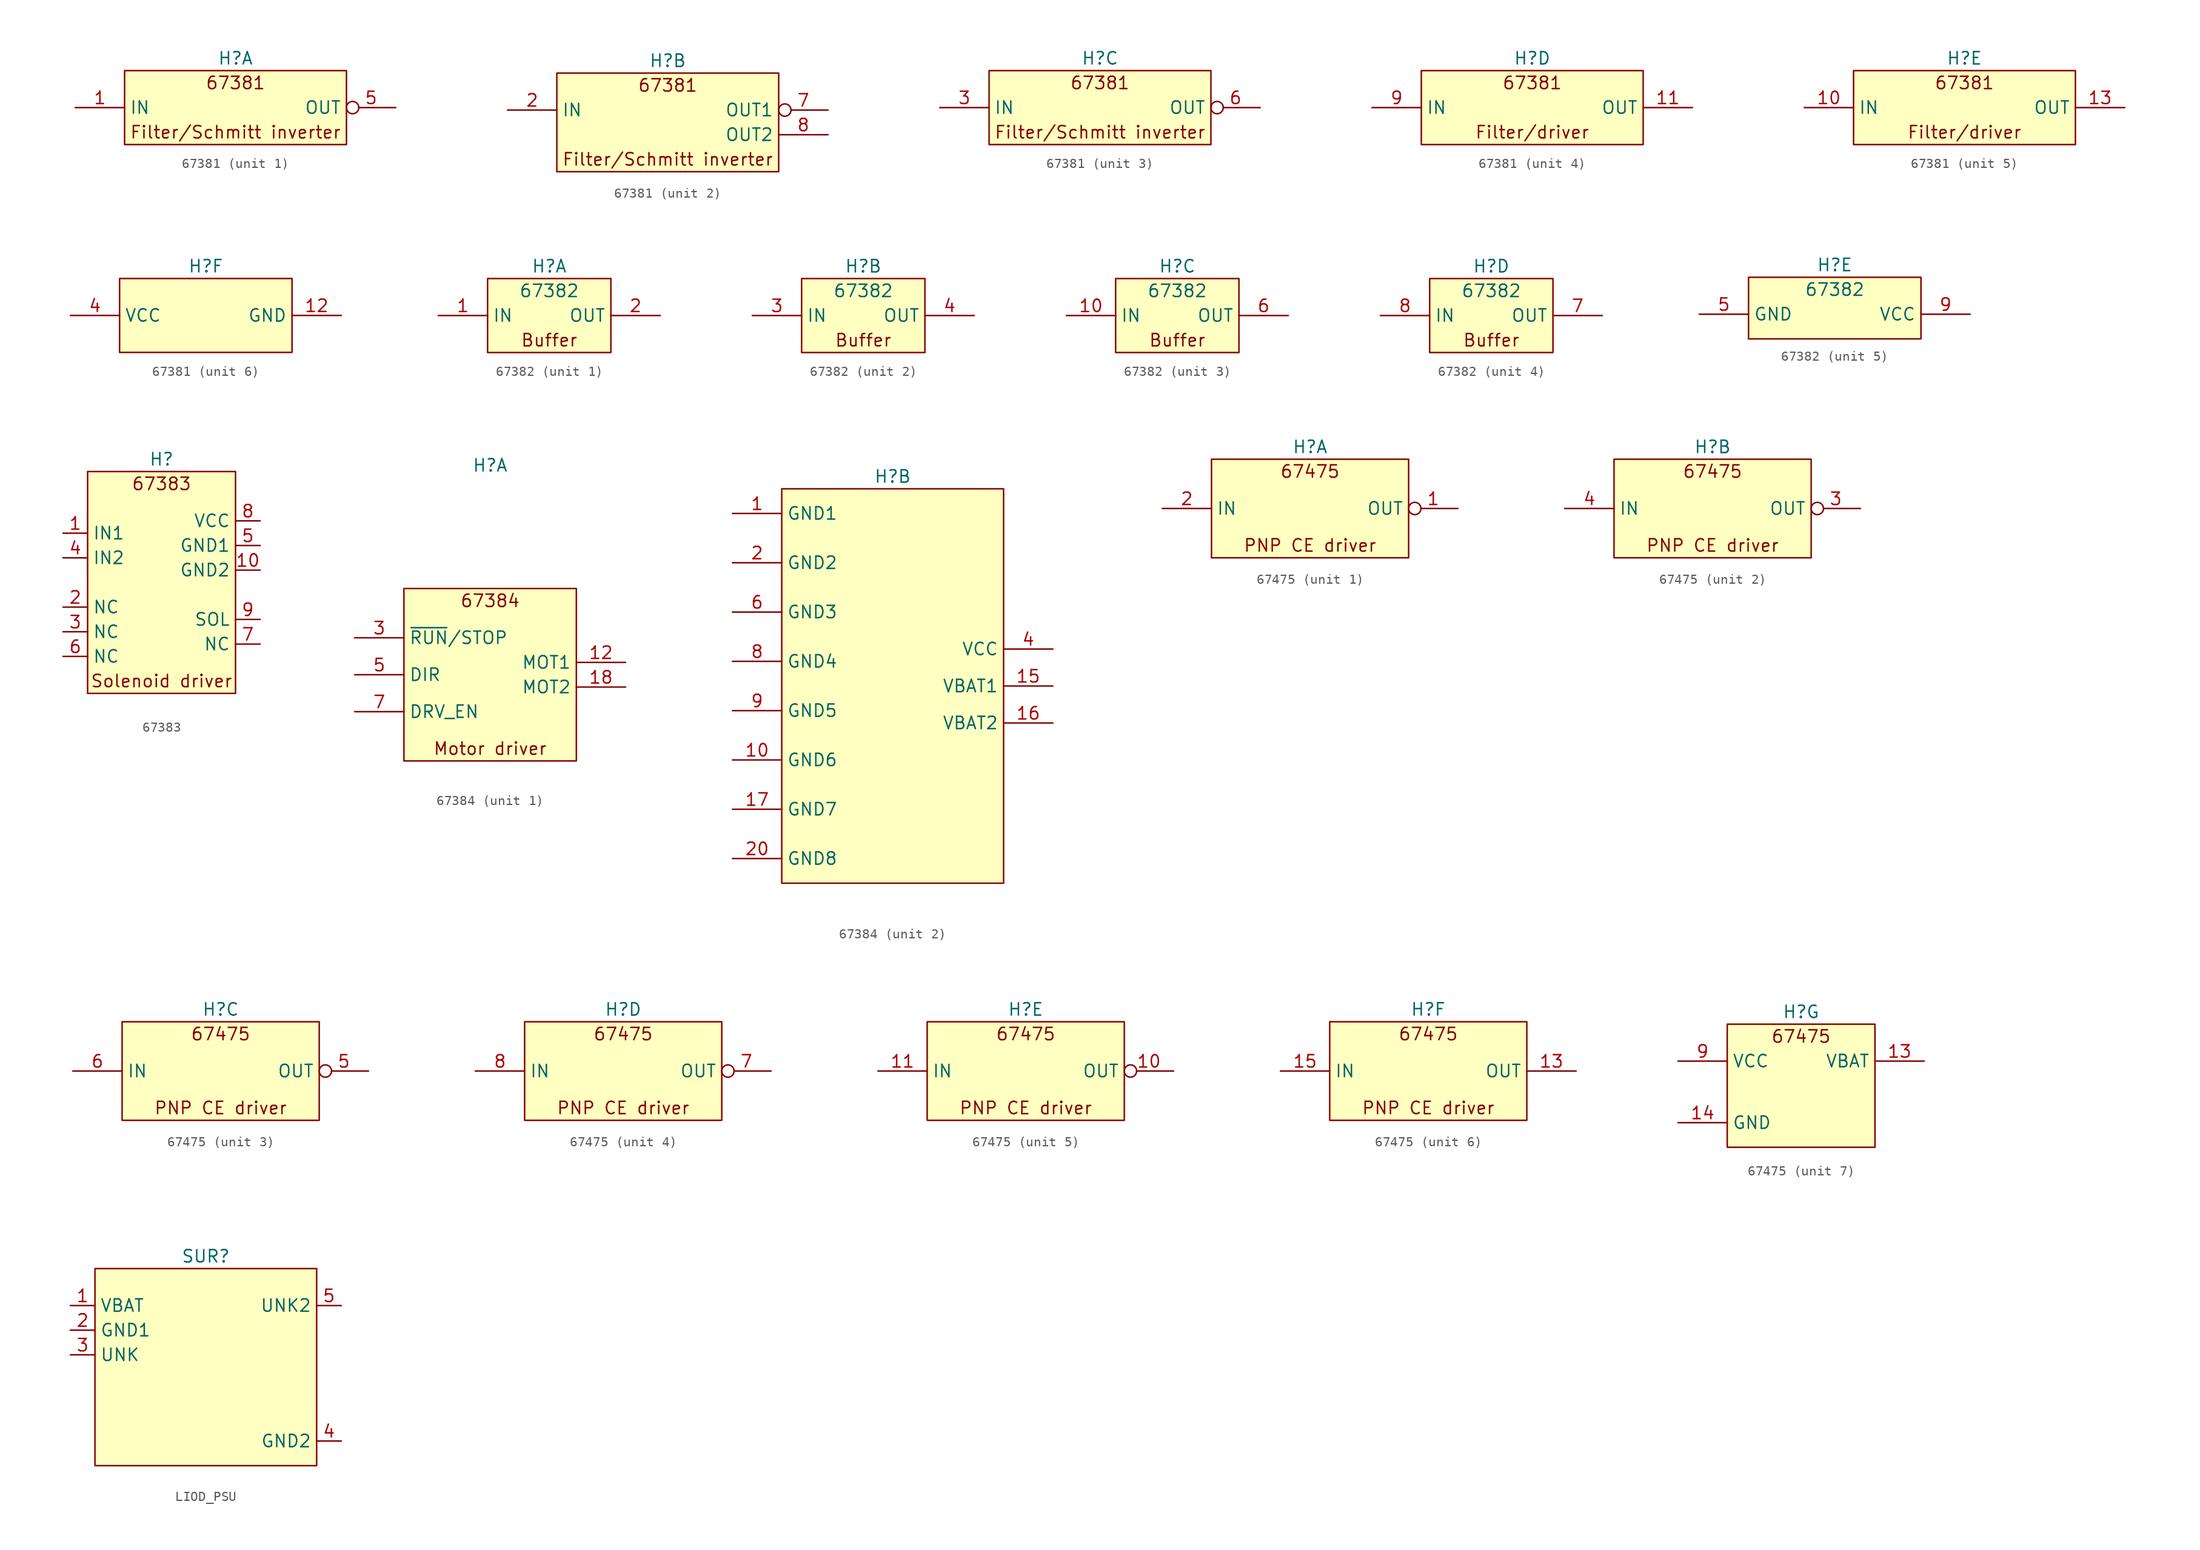
<source format=kicad_sym>
(kicad_symbol_lib
  (version 20220914)
  (generator kicad_symbol_editor)
  (symbol "67381"
    (property "Reference" "H"
      (at 0 5.08 0)
      (effects (font (size 1.27 1.27))))
    (property "Value" ""
      (at 0 0 0)
      (effects (font (size 1.27 1.27))))
    (property "ki_locked" ""
      (at 0 0 0)
      (effects (font (size 1.27 1.27))))
    (symbol "67381_1_1"
      (rectangle (start -11.43 3.81) (end 11.43 -3.81) (stroke (width 0) (type default)) (fill (type background)))
      (text "67381" (at 0 2.54 0) (effects (font (size 1.27 1.27))))
      (text "Filter/Schmitt inverter" (at 0 -2.54 0) (effects (font (size 1.27 1.27))))
      (pin input line (at -16.51 0 0) (length 5.08) (name "IN" (effects (font (size 1.27 1.27)))) (number "1" (effects (font (size 1.27 1.27)))))
      (pin output inverted (at 16.51 0 180) (length 5.08) (name "OUT" (effects (font (size 1.27 1.27)))) (number "5" (effects (font (size 1.27 1.27))))))
    (symbol "67381_2_1"
      (rectangle (start -11.43 3.81) (end 11.43 -6.35) (stroke (width 0) (type default)) (fill (type background)))
      (text "67381" (at 0 2.54 0) (effects (font (size 1.27 1.27))))
      (text "Filter/Schmitt inverter" (at 0 -5.08 0) (effects (font (size 1.27 1.27))))
      (pin input line (at -16.51 0 0) (length 5.08) (name "IN" (effects (font (size 1.27 1.27)))) (number "2" (effects (font (size 1.27 1.27)))))
      (pin output inverted (at 16.51 0 180) (length 5.08) (name "OUT1" (effects (font (size 1.27 1.27)))) (number "7" (effects (font (size 1.27 1.27)))))
      (pin output line (at 16.51 -2.54 180) (length 5.08) (name "OUT2" (effects (font (size 1.27 1.27)))) (number "8" (effects (font (size 1.27 1.27))))))
    (symbol "67381_3_1"
      (rectangle (start -11.43 3.81) (end 11.43 -3.81) (stroke (width 0) (type default)) (fill (type background)))
      (text "67381" (at 0 2.54 0) (effects (font (size 1.27 1.27))))
      (text "Filter/Schmitt inverter" (at 0 -2.54 0) (effects (font (size 1.27 1.27))))
      (pin input line (at -16.51 0 0) (length 5.08) (name "IN" (effects (font (size 1.27 1.27)))) (number "3" (effects (font (size 1.27 1.27)))))
      (pin output inverted (at 16.51 0 180) (length 5.08) (name "OUT" (effects (font (size 1.27 1.27)))) (number "6" (effects (font (size 1.27 1.27))))))
    (symbol "67381_4_1"
      (rectangle (start -11.43 3.81) (end 11.43 -3.81) (stroke (width 0) (type default)) (fill (type background)))
      (text "67381" (at 0 2.54 0) (effects (font (size 1.27 1.27))))
      (text "Filter/driver" (at 0 -2.54 0) (effects (font (size 1.27 1.27))))
      (pin open_collector line (at 16.51 0 180) (length 5.08) (name "OUT" (effects (font (size 1.27 1.27)))) (number "11" (effects (font (size 1.27 1.27)))))
      (pin input line (at -16.51 0 0) (length 5.08) (name "IN" (effects (font (size 1.27 1.27)))) (number "9" (effects (font (size 1.27 1.27))))))
    (symbol "67381_5_1"
      (rectangle (start -11.43 3.81) (end 11.43 -3.81) (stroke (width 0) (type default)) (fill (type background)))
      (text "67381" (at 0 2.54 0) (effects (font (size 1.27 1.27))))
      (text "Filter/driver" (at 0 -2.54 0) (effects (font (size 1.27 1.27))))
      (pin input line (at -16.51 0 0) (length 5.08) (name "IN" (effects (font (size 1.27 1.27)))) (number "10" (effects (font (size 1.27 1.27)))))
      (pin open_collector line (at 16.51 0 180) (length 5.08) (name "OUT" (effects (font (size 1.27 1.27)))) (number "13" (effects (font (size 1.27 1.27))))))
    (symbol "67381_6_1"
      (rectangle (start -8.89 3.81) (end 8.89 -3.81) (stroke (width 0) (type default)) (fill (type background)))
      (pin power_in line (at 13.97 0 180) (length 5.08) (name "GND" (effects (font (size 1.27 1.27)))) (number "12" (effects (font (size 1.27 1.27)))))
      (pin power_in line (at -13.97 0 0) (length 5.08) (name "VCC" (effects (font (size 1.27 1.27)))) (number "4" (effects (font (size 1.27 1.27)))))))
  (symbol "67382"
    (property "Reference" "H"
      (at 0 5.08 0)
      (effects (font (size 1.27 1.27))))
    (property "Value" "67382"
      (at 0 2.54 0)
      (effects (font (size 1.27 1.27))))
    (property "ki_locked" ""
      (at 0 0 0)
      (effects (font (size 1.27 1.27))))
    (symbol "67382_1_1"
      (rectangle (start -6.35 3.81) (end 6.35 -3.81) (stroke (width 0) (type default)) (fill (type background)))
      (text "Buffer" (at 0 -2.54 0) (effects (font (size 1.27 1.27))))
      (pin input line (at -11.43 0 0) (length 5.08) (name "IN" (effects (font (size 1.27 1.27)))) (number "1" (effects (font (size 1.27 1.27)))))
      (pin output line (at 11.43 0 180) (length 5.08) (name "OUT" (effects (font (size 1.27 1.27)))) (number "2" (effects (font (size 1.27 1.27))))))
    (symbol "67382_2_1"
      (rectangle (start -6.35 3.81) (end 6.35 -3.81) (stroke (width 0) (type default)) (fill (type background)))
      (text "Buffer" (at 0 -2.54 0) (effects (font (size 1.27 1.27))))
      (pin input line (at -11.43 0 0) (length 5.08) (name "IN" (effects (font (size 1.27 1.27)))) (number "3" (effects (font (size 1.27 1.27)))))
      (pin output line (at 11.43 0 180) (length 5.08) (name "OUT" (effects (font (size 1.27 1.27)))) (number "4" (effects (font (size 1.27 1.27))))))
    (symbol "67382_3_1"
      (rectangle (start -6.35 3.81) (end 6.35 -3.81) (stroke (width 0) (type default)) (fill (type background)))
      (text "Buffer" (at 0 -2.54 0) (effects (font (size 1.27 1.27))))
      (pin input line (at -11.43 0 0) (length 5.08) (name "IN" (effects (font (size 1.27 1.27)))) (number "10" (effects (font (size 1.27 1.27)))))
      (pin output line (at 11.43 0 180) (length 5.08) (name "OUT" (effects (font (size 1.27 1.27)))) (number "6" (effects (font (size 1.27 1.27))))))
    (symbol "67382_4_1"
      (rectangle (start -6.35 3.81) (end 6.35 -3.81) (stroke (width 0) (type default)) (fill (type background)))
      (text "Buffer" (at 0 -2.54 0) (effects (font (size 1.27 1.27))))
      (pin output line (at 11.43 0 180) (length 5.08) (name "OUT" (effects (font (size 1.27 1.27)))) (number "7" (effects (font (size 1.27 1.27)))))
      (pin input line (at -11.43 0 0) (length 5.08) (name "IN" (effects (font (size 1.27 1.27)))) (number "8" (effects (font (size 1.27 1.27))))))
    (symbol "67382_5_1"
      (rectangle (start -8.89 3.81) (end 8.89 -2.54) (stroke (width 0) (type default)) (fill (type background)))
      (pin power_in line (at -13.97 0 0) (length 5.08) (name "GND" (effects (font (size 1.27 1.27)))) (number "5" (effects (font (size 1.27 1.27)))))
      (pin power_in line (at 13.97 0 180) (length 5.08) (name "VCC" (effects (font (size 1.27 1.27)))) (number "9" (effects (font (size 1.27 1.27)))))))
  (symbol "67383"
    (property "Reference" "H"
      (at 0 12.7 0)
      (effects (font (size 1.27 1.27))))
    (property "Value" ""
      (at 0 0 0)
      (effects (font (size 1.27 1.27))))
    (symbol "67383_1_1"
      (rectangle (start -7.62 11.43) (end 7.62 -11.43) (stroke (width 0) (type default)) (fill (type background)))
      (text "67383" (at 0 10.16 0) (effects (font (size 1.27 1.27))))
      (text "Solenoid driver" (at 0 -10.16 0) (effects (font (size 1.27 1.27))))
      (pin input line (at -10.16 5.08 0) (length 2.54) (name "IN1" (effects (font (size 1.27 1.27)))) (number "1" (effects (font (size 1.27 1.27)))))
      (pin power_in line (at 10.16 1.27 180) (length 2.54) (name "GND2" (effects (font (size 1.27 1.27)))) (number "10" (effects (font (size 1.27 1.27)))))
      (pin unspecified line (at -10.16 -2.54 0) (length 2.54) (name "NC" (effects (font (size 1.27 1.27)))) (number "2" (effects (font (size 1.27 1.27)))))
      (pin unspecified line (at -10.16 -5.08 0) (length 2.54) (name "NC" (effects (font (size 1.27 1.27)))) (number "3" (effects (font (size 1.27 1.27)))))
      (pin input line (at -10.16 2.54 0) (length 2.54) (name "IN2" (effects (font (size 1.27 1.27)))) (number "4" (effects (font (size 1.27 1.27)))))
      (pin power_in line (at 10.16 3.81 180) (length 2.54) (name "GND1" (effects (font (size 1.27 1.27)))) (number "5" (effects (font (size 1.27 1.27)))))
      (pin unspecified line (at -10.16 -7.62 0) (length 2.54) (name "NC" (effects (font (size 1.27 1.27)))) (number "6" (effects (font (size 1.27 1.27)))))
      (pin unspecified line (at 10.16 -6.35 180) (length 2.54) (name "NC" (effects (font (size 1.27 1.27)))) (number "7" (effects (font (size 1.27 1.27)))))
      (pin power_in line (at 10.16 6.35 180) (length 2.54) (name "VCC" (effects (font (size 1.27 1.27)))) (number "8" (effects (font (size 1.27 1.27)))))
      (pin open_collector line (at 10.16 -3.81 180) (length 2.54) (name "SOL" (effects (font (size 1.27 1.27)))) (number "9" (effects (font (size 1.27 1.27)))))))
  (symbol "67384"
    (property "Reference" "H"
      (at 0 21.59 0)
      (effects (font (size 1.27 1.27))))
    (property "Value" ""
      (at 5.08 -2.54 0)
      (effects (font (size 1.27 1.27))))
    (property "ki_locked" ""
      (at 0 0 0)
      (effects (font (size 1.27 1.27))))
    (symbol "67384_1_1"
      (rectangle (start -8.89 8.89) (end 8.89 -8.89) (stroke (width 0) (type default)) (fill (type background)))
      (text "67384" (at 0 7.62 0) (effects (font (size 1.27 1.27))))
      (text "Motor driver" (at 0 -7.62 0) (effects (font (size 1.27 1.27))))
      (pin power_out line (at 13.97 1.27 180) (length 5.08) (name "MOT1" (effects (font (size 1.27 1.27)))) (number "12" (effects (font (size 1.27 1.27)))))
      (pin power_out line (at 13.97 -1.27 180) (length 5.08) (name "MOT2" (effects (font (size 1.27 1.27)))) (number "18" (effects (font (size 1.27 1.27)))))
      (pin input line (at -13.97 3.81 0) (length 5.08) (name "~{RUN}/STOP" (effects (font (size 1.27 1.27)))) (number "3" (effects (font (size 1.27 1.27)))))
      (pin input line (at -13.97 0 0) (length 5.08) (name "DIR" (effects (font (size 1.27 1.27)))) (number "5" (effects (font (size 1.27 1.27)))))
      (pin input line (at -13.97 -3.81 0) (length 5.08) (name "DRV_EN" (effects (font (size 1.27 1.27)))) (number "7" (effects (font (size 1.27 1.27))))))
    (symbol "67384_2_1"
      (rectangle (start -11.43 20.32) (end 11.43 -20.32) (stroke (width 0) (type default)) (fill (type background)))
      (pin power_in line (at -16.51 17.78 0) (length 5.08) (name "GND1" (effects (font (size 1.27 1.27)))) (number "1" (effects (font (size 1.27 1.27)))))
      (pin power_in line (at -16.51 -7.62 0) (length 5.08) (name "GND6" (effects (font (size 1.27 1.27)))) (number "10" (effects (font (size 1.27 1.27)))))
      (pin power_in line (at 16.51 0 180) (length 5.08) (name "VBAT1" (effects (font (size 1.27 1.27)))) (number "15" (effects (font (size 1.27 1.27)))))
      (pin power_in line (at 16.51 -3.81 180) (length 5.08) (name "VBAT2" (effects (font (size 1.27 1.27)))) (number "16" (effects (font (size 1.27 1.27)))))
      (pin power_in line (at -16.51 -12.7 0) (length 5.08) (name "GND7" (effects (font (size 1.27 1.27)))) (number "17" (effects (font (size 1.27 1.27)))))
      (pin power_in line (at -16.51 12.7 0) (length 5.08) (name "GND2" (effects (font (size 1.27 1.27)))) (number "2" (effects (font (size 1.27 1.27)))))
      (pin power_in line (at -16.51 -17.78 0) (length 5.08) (name "GND8" (effects (font (size 1.27 1.27)))) (number "20" (effects (font (size 1.27 1.27)))))
      (pin power_in line (at 16.51 3.81 180) (length 5.08) (name "VCC" (effects (font (size 1.27 1.27)))) (number "4" (effects (font (size 1.27 1.27)))))
      (pin power_in line (at -16.51 7.62 0) (length 5.08) (name "GND3" (effects (font (size 1.27 1.27)))) (number "6" (effects (font (size 1.27 1.27)))))
      (pin power_in line (at -16.51 2.54 0) (length 5.08) (name "GND4" (effects (font (size 1.27 1.27)))) (number "8" (effects (font (size 1.27 1.27)))))
      (pin power_in line (at -16.51 -2.54 0) (length 5.08) (name "GND5" (effects (font (size 1.27 1.27)))) (number "9" (effects (font (size 1.27 1.27)))))))
  (symbol "67475"
    (property "Reference" "H"
      (at 0 6.35 0)
      (effects (font (size 1.27 1.27))))
    (property "Value" ""
      (at 0 0 0)
      (effects (font (size 1.27 1.27))))
    (property "ki_locked" ""
      (at 0 0 0)
      (effects (font (size 1.27 1.27))))
    (symbol "67475_1_1"
      (rectangle (start -10.16 5.08) (end 10.16 -5.08) (stroke (width 0) (type default)) (fill (type background)))
      (text "67475" (at 0 3.81 0) (effects (font (size 1.27 1.27))))
      (text "PNP CE driver" (at 0 -3.81 0) (effects (font (size 1.27 1.27))))
      (pin power_out inverted (at 15.24 0 180) (length 5.08) (name "OUT" (effects (font (size 1.27 1.27)))) (number "1" (effects (font (size 1.27 1.27)))))
      (pin input line (at -15.24 0 0) (length 5.08) (name "IN" (effects (font (size 1.27 1.27)))) (number "2" (effects (font (size 1.27 1.27))))))
    (symbol "67475_2_1"
      (rectangle (start -10.16 5.08) (end 10.16 -5.08) (stroke (width 0) (type default)) (fill (type background)))
      (text "67475" (at 0 3.81 0) (effects (font (size 1.27 1.27))))
      (text "PNP CE driver" (at 0 -3.81 0) (effects (font (size 1.27 1.27))))
      (pin power_out inverted (at 15.24 0 180) (length 5.08) (name "OUT" (effects (font (size 1.27 1.27)))) (number "3" (effects (font (size 1.27 1.27)))))
      (pin input line (at -15.24 0 0) (length 5.08) (name "IN" (effects (font (size 1.27 1.27)))) (number "4" (effects (font (size 1.27 1.27))))))
    (symbol "67475_3_1"
      (rectangle (start -10.16 5.08) (end 10.16 -5.08) (stroke (width 0) (type default)) (fill (type background)))
      (text "67475" (at 0 3.81 0) (effects (font (size 1.27 1.27))))
      (text "PNP CE driver" (at 0 -3.81 0) (effects (font (size 1.27 1.27))))
      (pin power_out inverted (at 15.24 0 180) (length 5.08) (name "OUT" (effects (font (size 1.27 1.27)))) (number "5" (effects (font (size 1.27 1.27)))))
      (pin input line (at -15.24 0 0) (length 5.08) (name "IN" (effects (font (size 1.27 1.27)))) (number "6" (effects (font (size 1.27 1.27))))))
    (symbol "67475_4_1"
      (rectangle (start -10.16 5.08) (end 10.16 -5.08) (stroke (width 0) (type default)) (fill (type background)))
      (text "67475" (at 0 3.81 0) (effects (font (size 1.27 1.27))))
      (text "PNP CE driver" (at 0 -3.81 0) (effects (font (size 1.27 1.27))))
      (pin power_out inverted (at 15.24 0 180) (length 5.08) (name "OUT" (effects (font (size 1.27 1.27)))) (number "7" (effects (font (size 1.27 1.27)))))
      (pin input line (at -15.24 0 0) (length 5.08) (name "IN" (effects (font (size 1.27 1.27)))) (number "8" (effects (font (size 1.27 1.27))))))
    (symbol "67475_5_1"
      (rectangle (start -10.16 5.08) (end 10.16 -5.08) (stroke (width 0) (type default)) (fill (type background)))
      (text "67475" (at 0 3.81 0) (effects (font (size 1.27 1.27))))
      (text "PNP CE driver" (at 0 -3.81 0) (effects (font (size 1.27 1.27))))
      (pin power_out inverted (at 15.24 0 180) (length 5.08) (name "OUT" (effects (font (size 1.27 1.27)))) (number "10" (effects (font (size 1.27 1.27)))))
      (pin input line (at -15.24 0 0) (length 5.08) (name "IN" (effects (font (size 1.27 1.27)))) (number "11" (effects (font (size 1.27 1.27))))))
    (symbol "67475_6_1"
      (rectangle (start -10.16 5.08) (end 10.16 -5.08) (stroke (width 0) (type default)) (fill (type background)))
      (text "67475" (at 0 3.81 0) (effects (font (size 1.27 1.27))))
      (text "PNP CE driver" (at 0 -3.81 0) (effects (font (size 1.27 1.27))))
      (pin power_out line (at 15.24 0 180) (length 5.08) (name "OUT" (effects (font (size 1.27 1.27)))) (number "13" (effects (font (size 1.27 1.27)))))
      (pin input line (at -15.24 0 0) (length 5.08) (name "IN" (effects (font (size 1.27 1.27)))) (number "15" (effects (font (size 1.27 1.27))))))
    (symbol "67475_7_1"
      (rectangle (start -7.62 5.08) (end 7.62 -7.62) (stroke (width 0) (type default)) (fill (type background)))
      (text "67475" (at 0 3.81 0) (effects (font (size 1.27 1.27))))
      (pin power_in line (at 12.7 1.27 180) (length 5.08) (name "VBAT" (effects (font (size 1.27 1.27)))) (number "13" (effects (font (size 1.27 1.27)))))
      (pin power_in line (at -12.7 -5.08 0) (length 5.08) (name "GND" (effects (font (size 1.27 1.27)))) (number "14" (effects (font (size 1.27 1.27)))))
      (pin power_in line (at -12.7 1.27 0) (length 5.08) (name "VCC" (effects (font (size 1.27 1.27)))) (number "9" (effects (font (size 1.27 1.27)))))))
  (symbol "LIOD_PSU"
    (property "Reference" "SUR"
      (at 0 11.43 0)
      (effects (font (size 1.27 1.27))))
    (property "Value" ""
      (at 0 0 0)
      (effects (font (size 1.27 1.27))))
    (symbol "LIOD_PSU_1_1"
      (rectangle (start -11.43 10.16) (end 11.43 -10.16) (stroke (width 0) (type default)) (fill (type background)))
      (pin power_in line (at -13.97 6.35 0) (length 2.54) (name "VBAT" (effects (font (size 1.27 1.27)))) (number "1" (effects (font (size 1.27 1.27)))))
      (pin power_in line (at -13.97 3.81 0) (length 2.54) (name "GND1" (effects (font (size 1.27 1.27)))) (number "2" (effects (font (size 1.27 1.27)))))
      (pin input line (at -13.97 1.27 0) (length 2.54) (name "UNK" (effects (font (size 1.27 1.27)))) (number "3" (effects (font (size 1.27 1.27)))))
      (pin power_in line (at 13.97 -7.62 180) (length 2.54) (name "GND2" (effects (font (size 1.27 1.27)))) (number "4" (effects (font (size 1.27 1.27)))))
      (pin unspecified line (at 13.97 6.35 180) (length 2.54) (name "UNK2" (effects (font (size 1.27 1.27)))) (number "5" (effects (font (size 1.27 1.27))))))))
</source>
